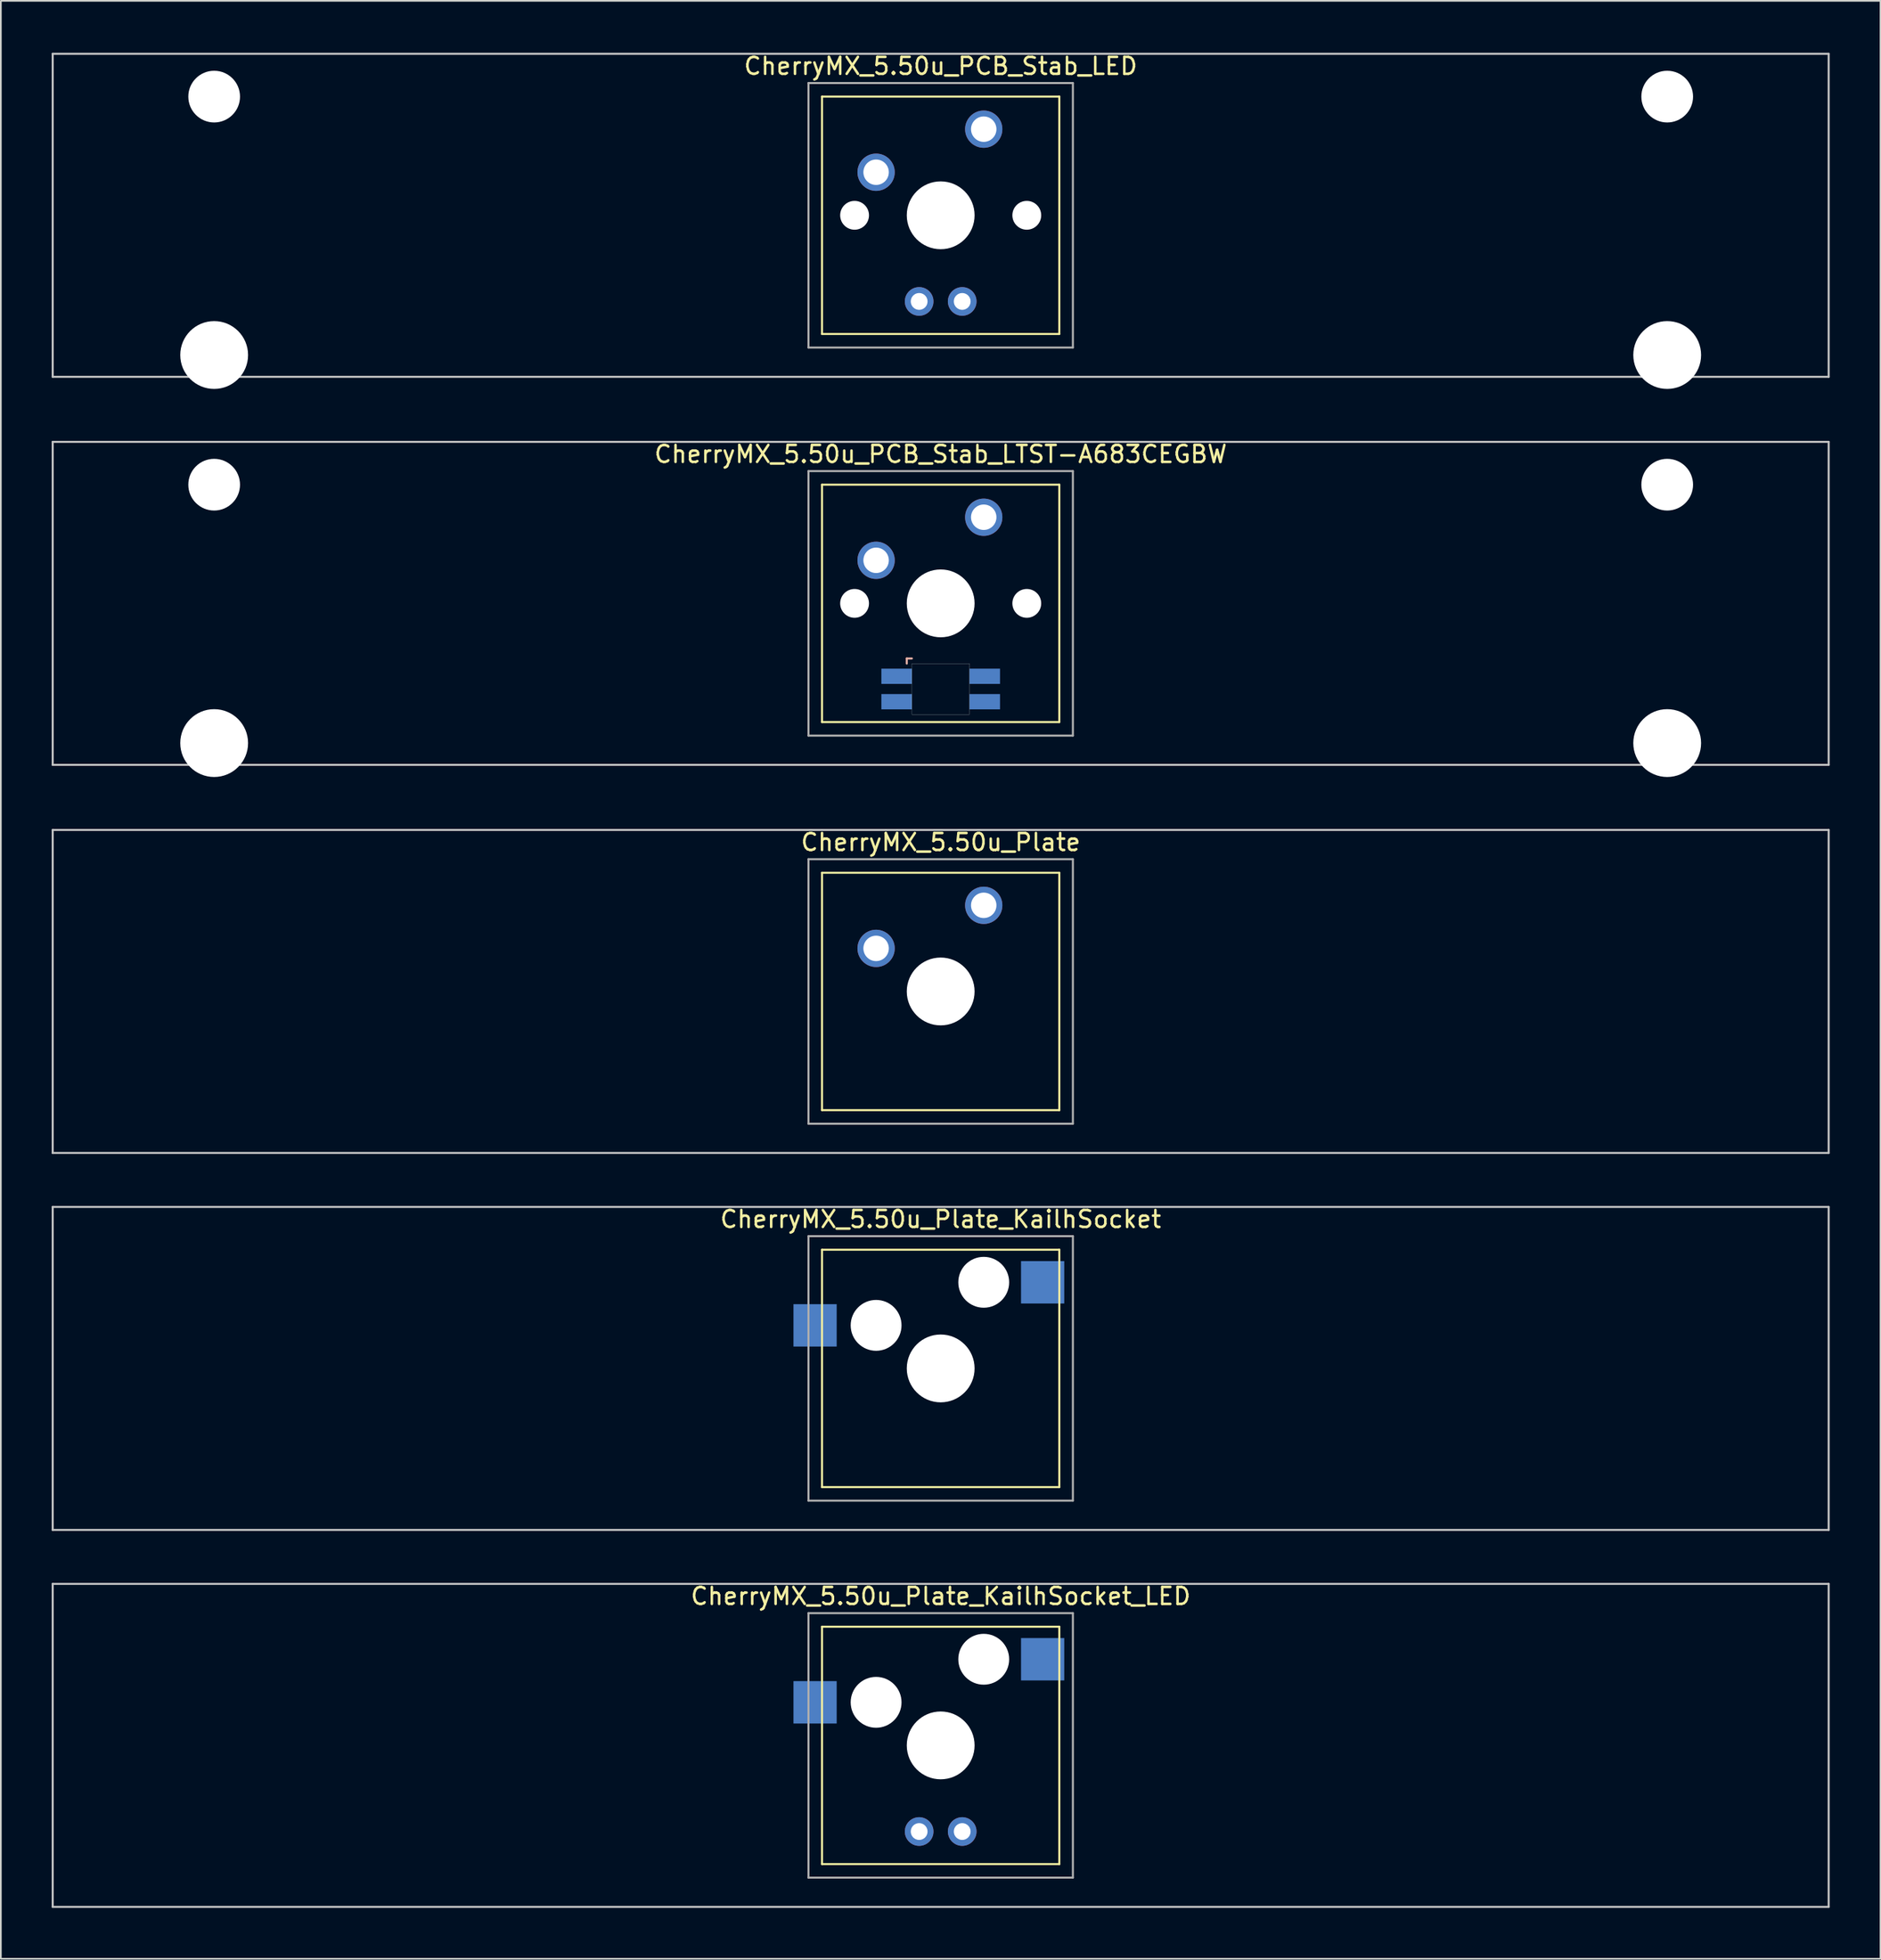
<source format=kicad_pcb>
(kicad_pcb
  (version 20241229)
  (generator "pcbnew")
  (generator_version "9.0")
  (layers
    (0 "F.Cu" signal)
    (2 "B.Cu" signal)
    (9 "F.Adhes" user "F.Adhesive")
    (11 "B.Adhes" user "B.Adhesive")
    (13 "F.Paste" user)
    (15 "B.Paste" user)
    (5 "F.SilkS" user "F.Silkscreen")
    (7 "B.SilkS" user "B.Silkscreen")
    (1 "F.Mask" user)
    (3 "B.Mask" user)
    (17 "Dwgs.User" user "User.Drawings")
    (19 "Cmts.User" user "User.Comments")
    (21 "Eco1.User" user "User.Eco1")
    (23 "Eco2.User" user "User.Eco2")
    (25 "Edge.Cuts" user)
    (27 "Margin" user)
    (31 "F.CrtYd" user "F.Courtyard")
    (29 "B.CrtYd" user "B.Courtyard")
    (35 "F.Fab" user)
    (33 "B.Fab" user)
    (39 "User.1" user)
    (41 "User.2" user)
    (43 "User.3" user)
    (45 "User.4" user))
  (footprint "CherryMX_5.50u_Plate"
    (layer "F.Cu")
    (at 52.447 55.425)
    (property "Reference" "CherryMX_5.50u_Plate" (at 0 -8.8 0) (layer "F.SilkS") (effects (font (size 1 1) (thickness 0.15))))
    (attr through_hole)
    (fp_line (start -7 -7) (end -7 7) (stroke (width 0.12) (type solid)) (layer "F.SilkS"))
    (fp_line (start -7 -7) (end 7 -7) (stroke (width 0.12) (type solid)) (layer "F.SilkS"))
    (fp_line (start 7 -7) (end 7 7) (stroke (width 0.12) (type solid)) (layer "F.SilkS"))
    (fp_line (start 7 7) (end -7 7) (stroke (width 0.12) (type solid)) (layer "F.SilkS"))
    (fp_line (start -52.388 -9.525) (end 52.388 -9.525) (stroke (width 0.12) (type solid)) (layer "Dwgs.User"))
    (fp_line (start -52.388 9.525) (end -52.388 -9.525) (stroke (width 0.12) (type solid)) (layer "Dwgs.User"))
    (fp_line (start 52.388 -9.525) (end 52.388 9.525) (stroke (width 0.12) (type solid)) (layer "Dwgs.User"))
    (fp_line (start 52.388 9.525) (end -52.388 9.525) (stroke (width 0.12) (type solid)) (layer "Dwgs.User"))
    (fp_line (start -7.8 -7.8) (end -7.8 7.8) (stroke (width 0.12) (type solid)) (layer "F.Fab"))
    (fp_line (start -7.8 -7.8) (end 7.8 -7.8) (stroke (width 0.12) (type solid)) (layer "F.Fab"))
    (fp_line (start -7.8 7.8) (end 7.8 7.8) (stroke (width 0.12) (type solid)) (layer "F.Fab"))
    (fp_line (start 7.8 -7.8) (end 7.8 7.8) (stroke (width 0.12) (type solid)) (layer "F.Fab"))
    (pad "" np_thru_hole circle (at 0 0) (size 4 4) (drill 4) (layers "*.Cu" "*.Mask"))
    (pad "1" thru_hole circle (at -3.81 -2.54) (size 2.2 2.2) (drill 1.5) (layers "*.Cu" "*.Mask"))
    (pad "2" thru_hole circle (at 2.54 -5.08) (size 2.2 2.2) (drill 1.5) (layers "*.Cu" "*.Mask")))
  (footprint "CherryMX_5.50u_PCB_Stab_LTST-A683CEGBW"
    (layer "F.Cu")
    (at 52.447 32.536)
    (property "Reference" "CherryMX_5.50u_PCB_Stab_LTST-A683CEGBW" (at 0 -8.8 0) (layer "F.SilkS") (effects (font (size 1 1) (thickness 0.15))))
    (attr through_hole)
    (fp_line (start -7 -7) (end -7 7) (stroke (width 0.12) (type solid)) (layer "F.SilkS"))
    (fp_line (start -7 -7) (end 7 -7) (stroke (width 0.12) (type solid)) (layer "F.SilkS"))
    (fp_line (start 7 -7) (end 7 7) (stroke (width 0.12) (type solid)) (layer "F.SilkS"))
    (fp_line (start 7 7) (end -7 7) (stroke (width 0.12) (type solid)) (layer "F.SilkS"))
    (fp_line (start -2 3.25) (end -2 3.55) (stroke (width 0.12) (type solid)) (layer "B.SilkS"))
    (fp_line (start -1.7 3.25) (end -2 3.25) (stroke (width 0.12) (type solid)) (layer "B.SilkS"))
    (fp_line (start -52.388 -9.525) (end 52.388 -9.525) (stroke (width 0.12) (type solid)) (layer "Dwgs.User"))
    (fp_line (start -52.388 9.525) (end -52.388 -9.525) (stroke (width 0.12) (type solid)) (layer "Dwgs.User"))
    (fp_line (start 52.388 -9.525) (end 52.388 9.525) (stroke (width 0.12) (type solid)) (layer "Dwgs.User"))
    (fp_line (start 52.388 9.525) (end -52.388 9.525) (stroke (width 0.12) (type solid)) (layer "Dwgs.User"))
    (fp_poly (pts (xy 1.7 6.55) (xy -1.7 6.55) (xy -1.7 3.55) (xy 1.7 3.55)) (stroke (width 0.01) (type solid)) (fill no) (layer "Edge.Cuts"))
    (fp_line (start -7.8 -7.8) (end -7.8 7.8) (stroke (width 0.12) (type solid)) (layer "F.Fab"))
    (fp_line (start -7.8 -7.8) (end 7.8 -7.8) (stroke (width 0.12) (type solid)) (layer "F.Fab"))
    (fp_line (start -7.8 7.8) (end 7.8 7.8) (stroke (width 0.12) (type solid)) (layer "F.Fab"))
    (fp_line (start 7.8 -7.8) (end 7.8 7.8) (stroke (width 0.12) (type solid)) (layer "F.Fab"))
    (pad "" np_thru_hole circle (at -42.862 -7) (size 3.05 3.05) (drill 3.05) (layers "*.Cu" "*.Mask"))
    (pad "" np_thru_hole circle (at -42.862 8.24) (size 4 4) (drill 4) (layers "*.Cu" "*.Mask"))
    (pad "" np_thru_hole circle (at -5.08 0) (size 1.7 1.7) (drill 1.7) (layers "*.Cu" "*.Mask"))
    (pad "" np_thru_hole circle (at 0 0) (size 4 4) (drill 4) (layers "*.Cu" "*.Mask"))
    (pad "" np_thru_hole circle (at 5.08 0) (size 1.7 1.7) (drill 1.7) (layers "*.Cu" "*.Mask"))
    (pad "" np_thru_hole circle (at 42.862 -7) (size 3.05 3.05) (drill 3.05) (layers "*.Cu" "*.Mask"))
    (pad "" np_thru_hole circle (at 42.862 8.24) (size 4 4) (drill 4) (layers "*.Cu" "*.Mask"))
    (pad "1" thru_hole circle (at -3.81 -2.54) (size 2.2 2.2) (drill 1.5) (layers "*.Cu" "*.Mask"))
    (pad "2" thru_hole circle (at 2.54 -5.08) (size 2.2 2.2) (drill 1.5) (layers "*.Cu" "*.Mask"))
    (pad "3" smd rect (at -2.6 4.3) (size 1.8 0.9) (layers "B.Cu" "B.Mask" "B.Paste"))
    (pad "4" smd rect (at -2.6 5.8) (size 1.8 0.9) (layers "B.Cu" "B.Mask" "B.Paste"))
    (pad "5" smd rect (at 2.6 4.3) (size 1.8 0.9) (layers "B.Cu" "B.Mask" "B.Paste"))
    (pad "6" smd rect (at 2.6 5.8) (size 1.8 0.9) (layers "B.Cu" "B.Mask" "B.Paste")))
  (footprint "CherryMX_5.50u_Plate_KailhSocket_LED"
    (layer "F.Cu")
    (at 52.447 99.891)
    (property "Reference" "CherryMX_5.50u_Plate_KailhSocket_LED" (at 0 -8.8 0) (layer "F.SilkS") (effects (font (size 1 1) (thickness 0.15))))
    (attr through_hole)
    (fp_line (start -7 -7) (end -7 7) (stroke (width 0.12) (type solid)) (layer "F.SilkS"))
    (fp_line (start -7 -7) (end 7 -7) (stroke (width 0.12) (type solid)) (layer "F.SilkS"))
    (fp_line (start 7 -7) (end 7 7) (stroke (width 0.12) (type solid)) (layer "F.SilkS"))
    (fp_line (start 7 7) (end -7 7) (stroke (width 0.12) (type solid)) (layer "F.SilkS"))
    (fp_line (start -52.388 -9.525) (end 52.388 -9.525) (stroke (width 0.12) (type solid)) (layer "Dwgs.User"))
    (fp_line (start -52.388 9.525) (end -52.388 -9.525) (stroke (width 0.12) (type solid)) (layer "Dwgs.User"))
    (fp_line (start 52.388 -9.525) (end 52.388 9.525) (stroke (width 0.12) (type solid)) (layer "Dwgs.User"))
    (fp_line (start 52.388 9.525) (end -52.388 9.525) (stroke (width 0.12) (type solid)) (layer "Dwgs.User"))
    (fp_line (start -7.8 -7.8) (end -7.8 7.8) (stroke (width 0.12) (type solid)) (layer "F.Fab"))
    (fp_line (start -7.8 -7.8) (end 7.8 -7.8) (stroke (width 0.12) (type solid)) (layer "F.Fab"))
    (fp_line (start -7.8 7.8) (end 7.8 7.8) (stroke (width 0.12) (type solid)) (layer "F.Fab"))
    (fp_line (start 7.8 -7.8) (end 7.8 7.8) (stroke (width 0.12) (type solid)) (layer "F.Fab"))
    (pad "" np_thru_hole circle (at -3.81 -2.54) (size 3 3) (drill 3) (layers "*.Cu" "*.Mask"))
    (pad "" np_thru_hole circle (at 0 0) (size 4 4) (drill 4) (layers "*.Cu" "*.Mask"))
    (pad "" np_thru_hole circle (at 2.54 -5.08) (size 3 3) (drill 3) (layers "*.Cu" "*.Mask"))
    (pad "1" smd rect (at -7.41 -2.54) (size 2.55 2.5) (layers "B.Cu" "B.Mask" "B.Paste"))
    (pad "2" smd rect (at 6.015 -5.08) (size 2.55 2.5) (layers "B.Cu" "B.Mask" "B.Paste"))
    (pad "3" thru_hole circle (at -1.27 5.08) (size 1.691 1.691) (drill 0.991) (layers "*.Cu" "*.Mask"))
    (pad "4" thru_hole circle (at 1.27 5.08) (size 1.691 1.691) (drill 0.991) (layers "*.Cu" "*.Mask")))
  (footprint "CherryMX_5.50u_PCB_Stab_LED"
    (layer "F.Cu")
    (at 52.447 9.648)
    (property "Reference" "CherryMX_5.50u_PCB_Stab_LED" (at 0 -8.8 0) (layer "F.SilkS") (effects (font (size 1 1) (thickness 0.15))))
    (attr through_hole)
    (fp_line (start -7 -7) (end -7 7) (stroke (width 0.12) (type solid)) (layer "F.SilkS"))
    (fp_line (start -7 -7) (end 7 -7) (stroke (width 0.12) (type solid)) (layer "F.SilkS"))
    (fp_line (start 7 -7) (end 7 7) (stroke (width 0.12) (type solid)) (layer "F.SilkS"))
    (fp_line (start 7 7) (end -7 7) (stroke (width 0.12) (type solid)) (layer "F.SilkS"))
    (fp_line (start -52.388 -9.525) (end 52.388 -9.525) (stroke (width 0.12) (type solid)) (layer "Dwgs.User"))
    (fp_line (start -52.388 9.525) (end -52.388 -9.525) (stroke (width 0.12) (type solid)) (layer "Dwgs.User"))
    (fp_line (start 52.388 -9.525) (end 52.388 9.525) (stroke (width 0.12) (type solid)) (layer "Dwgs.User"))
    (fp_line (start 52.388 9.525) (end -52.388 9.525) (stroke (width 0.12) (type solid)) (layer "Dwgs.User"))
    (fp_line (start -7.8 -7.8) (end -7.8 7.8) (stroke (width 0.12) (type solid)) (layer "F.Fab"))
    (fp_line (start -7.8 -7.8) (end 7.8 -7.8) (stroke (width 0.12) (type solid)) (layer "F.Fab"))
    (fp_line (start -7.8 7.8) (end 7.8 7.8) (stroke (width 0.12) (type solid)) (layer "F.Fab"))
    (fp_line (start 7.8 -7.8) (end 7.8 7.8) (stroke (width 0.12) (type solid)) (layer "F.Fab"))
    (pad "" np_thru_hole circle (at -42.862 -7) (size 3.05 3.05) (drill 3.05) (layers "*.Cu" "*.Mask"))
    (pad "" np_thru_hole circle (at -42.862 8.24) (size 4 4) (drill 4) (layers "*.Cu" "*.Mask"))
    (pad "" np_thru_hole circle (at -5.08 0) (size 1.7 1.7) (drill 1.7) (layers "*.Cu" "*.Mask"))
    (pad "" np_thru_hole circle (at 0 0) (size 4 4) (drill 4) (layers "*.Cu" "*.Mask"))
    (pad "" np_thru_hole circle (at 5.08 0) (size 1.7 1.7) (drill 1.7) (layers "*.Cu" "*.Mask"))
    (pad "" np_thru_hole circle (at 42.862 -7) (size 3.05 3.05) (drill 3.05) (layers "*.Cu" "*.Mask"))
    (pad "" np_thru_hole circle (at 42.862 8.24) (size 4 4) (drill 4) (layers "*.Cu" "*.Mask"))
    (pad "1" thru_hole circle (at -3.81 -2.54) (size 2.2 2.2) (drill 1.5) (layers "*.Cu" "*.Mask"))
    (pad "2" thru_hole circle (at 2.54 -5.08) (size 2.2 2.2) (drill 1.5) (layers "*.Cu" "*.Mask"))
    (pad "3" thru_hole circle (at -1.27 5.08) (size 1.691 1.691) (drill 0.991) (layers "*.Cu" "*.Mask"))
    (pad "4" thru_hole circle (at 1.27 5.08) (size 1.691 1.691) (drill 0.991) (layers "*.Cu" "*.Mask")))
  (footprint "CherryMX_5.50u_Plate_KailhSocket"
    (layer "F.Cu")
    (at 52.447 77.658)
    (property "Reference" "CherryMX_5.50u_Plate_KailhSocket" (at 0 -8.8 0) (layer "F.SilkS") (effects (font (size 1 1) (thickness 0.15))))
    (attr through_hole)
    (fp_line (start -7 -7) (end -7 7) (stroke (width 0.12) (type solid)) (layer "F.SilkS"))
    (fp_line (start -7 -7) (end 7 -7) (stroke (width 0.12) (type solid)) (layer "F.SilkS"))
    (fp_line (start 7 -7) (end 7 7) (stroke (width 0.12) (type solid)) (layer "F.SilkS"))
    (fp_line (start 7 7) (end -7 7) (stroke (width 0.12) (type solid)) (layer "F.SilkS"))
    (fp_line (start -52.388 -9.525) (end 52.388 -9.525) (stroke (width 0.12) (type solid)) (layer "Dwgs.User"))
    (fp_line (start -52.388 9.525) (end -52.388 -9.525) (stroke (width 0.12) (type solid)) (layer "Dwgs.User"))
    (fp_line (start 52.388 -9.525) (end 52.388 9.525) (stroke (width 0.12) (type solid)) (layer "Dwgs.User"))
    (fp_line (start 52.388 9.525) (end -52.388 9.525) (stroke (width 0.12) (type solid)) (layer "Dwgs.User"))
    (fp_line (start -7.8 -7.8) (end -7.8 7.8) (stroke (width 0.12) (type solid)) (layer "F.Fab"))
    (fp_line (start -7.8 -7.8) (end 7.8 -7.8) (stroke (width 0.12) (type solid)) (layer "F.Fab"))
    (fp_line (start -7.8 7.8) (end 7.8 7.8) (stroke (width 0.12) (type solid)) (layer "F.Fab"))
    (fp_line (start 7.8 -7.8) (end 7.8 7.8) (stroke (width 0.12) (type solid)) (layer "F.Fab"))
    (pad "" np_thru_hole circle (at -3.81 -2.54) (size 3 3) (drill 3) (layers "*.Cu" "*.Mask"))
    (pad "" np_thru_hole circle (at 0 0) (size 4 4) (drill 4) (layers "*.Cu" "*.Mask"))
    (pad "" np_thru_hole circle (at 2.54 -5.08) (size 3 3) (drill 3) (layers "*.Cu" "*.Mask"))
    (pad "1" smd rect (at -7.41 -2.54) (size 2.55 2.5) (layers "B.Cu" "B.Mask" "B.Paste"))
    (pad "2" smd rect (at 6.015 -5.08) (size 2.55 2.5) (layers "B.Cu" "B.Mask" "B.Paste")))
  (gr_rect
    (start -3 -3)
    (end 107.895 112.476)
    (stroke (width 0.1) (type default))
    (fill no)
    (layer "Edge.Cuts")))
</source>
